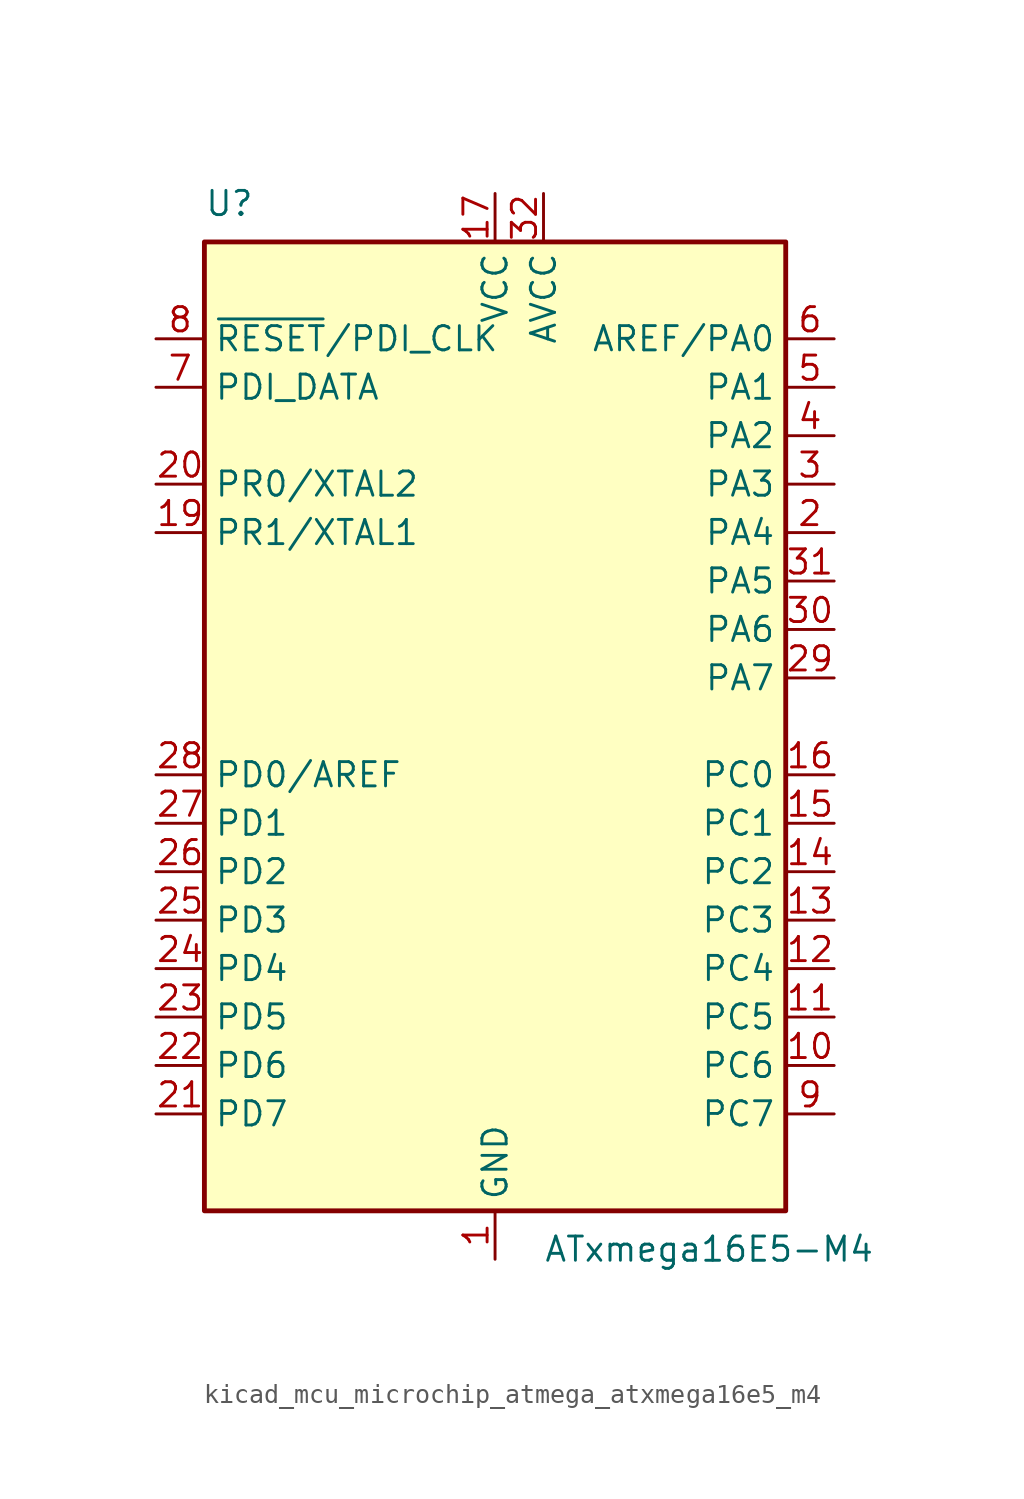
<source format=kicad_sym>
(kicad_symbol_lib
  (version 20220914)
  (generator kicad_symbol_editor)
  (symbol "kicad_mcu_microchip_atmega_atxmega16e5_m4"
    (property "Reference" "U"
      (at -15.24 26.67 0)
      (effects (font (size 1.27 1.27)) (justify left bottom)))
    (property "Value" "ATxmega16E5-M4"
      (at 2.54 -26.67 0)
      (effects (font (size 1.27 1.27)) (justify left top)))
    (symbol "kicad_mcu_microchip_atmega_atxmega16e5_m4_0_1"
      (rectangle (start -15.24 -25.4) (end 15.24 25.4) (stroke (width 0.254) (type default)) (fill (type background))))
    (symbol "kicad_mcu_microchip_atmega_atxmega16e5_m4_1_1"
      (pin power_in line (at 0 -27.94 90) (length 2.54) (name "GND" (effects (font (size 1.27 1.27)))) (number "1" (effects (font (size 1.27 1.27)))))
      (pin bidirectional line (at 17.78 -17.78 180) (length 2.54) (name "PC6" (effects (font (size 1.27 1.27)))) (number "10" (effects (font (size 1.27 1.27)))))
      (pin bidirectional line (at 17.78 -15.24 180) (length 2.54) (name "PC5" (effects (font (size 1.27 1.27)))) (number "11" (effects (font (size 1.27 1.27)))))
      (pin bidirectional line (at 17.78 -12.7 180) (length 2.54) (name "PC4" (effects (font (size 1.27 1.27)))) (number "12" (effects (font (size 1.27 1.27)))))
      (pin bidirectional line (at 17.78 -10.16 180) (length 2.54) (name "PC3" (effects (font (size 1.27 1.27)))) (number "13" (effects (font (size 1.27 1.27)))))
      (pin bidirectional line (at 17.78 -7.62 180) (length 2.54) (name "PC2" (effects (font (size 1.27 1.27)))) (number "14" (effects (font (size 1.27 1.27)))))
      (pin bidirectional line (at 17.78 -5.08 180) (length 2.54) (name "PC1" (effects (font (size 1.27 1.27)))) (number "15" (effects (font (size 1.27 1.27)))))
      (pin bidirectional line (at 17.78 -2.54 180) (length 2.54) (name "PC0" (effects (font (size 1.27 1.27)))) (number "16" (effects (font (size 1.27 1.27)))))
      (pin power_in line (at 0 27.94 270) (length 2.54) (name "VCC" (effects (font (size 1.27 1.27)))) (number "17" (effects (font (size 1.27 1.27)))))
      (pin passive line (at 0 -27.94 90) (length 2.54) hide (name "GND" (effects (font (size 1.27 1.27)))) (number "18" (effects (font (size 1.27 1.27)))))
      (pin bidirectional line (at -17.78 10.16 0) (length 2.54) (name "PR1/XTAL1" (effects (font (size 1.27 1.27)))) (number "19" (effects (font (size 1.27 1.27)))))
      (pin bidirectional line (at 17.78 10.16 180) (length 2.54) (name "PA4" (effects (font (size 1.27 1.27)))) (number "2" (effects (font (size 1.27 1.27)))))
      (pin bidirectional line (at -17.78 12.7 0) (length 2.54) (name "PR0/XTAL2" (effects (font (size 1.27 1.27)))) (number "20" (effects (font (size 1.27 1.27)))))
      (pin bidirectional line (at -17.78 -20.32 0) (length 2.54) (name "PD7" (effects (font (size 1.27 1.27)))) (number "21" (effects (font (size 1.27 1.27)))))
      (pin bidirectional line (at -17.78 -17.78 0) (length 2.54) (name "PD6" (effects (font (size 1.27 1.27)))) (number "22" (effects (font (size 1.27 1.27)))))
      (pin bidirectional line (at -17.78 -15.24 0) (length 2.54) (name "PD5" (effects (font (size 1.27 1.27)))) (number "23" (effects (font (size 1.27 1.27)))))
      (pin bidirectional line (at -17.78 -12.7 0) (length 2.54) (name "PD4" (effects (font (size 1.27 1.27)))) (number "24" (effects (font (size 1.27 1.27)))))
      (pin bidirectional line (at -17.78 -10.16 0) (length 2.54) (name "PD3" (effects (font (size 1.27 1.27)))) (number "25" (effects (font (size 1.27 1.27)))))
      (pin bidirectional line (at -17.78 -7.62 0) (length 2.54) (name "PD2" (effects (font (size 1.27 1.27)))) (number "26" (effects (font (size 1.27 1.27)))))
      (pin bidirectional line (at -17.78 -5.08 0) (length 2.54) (name "PD1" (effects (font (size 1.27 1.27)))) (number "27" (effects (font (size 1.27 1.27)))))
      (pin bidirectional line (at -17.78 -2.54 0) (length 2.54) (name "PD0/AREF" (effects (font (size 1.27 1.27)))) (number "28" (effects (font (size 1.27 1.27)))))
      (pin bidirectional line (at 17.78 2.54 180) (length 2.54) (name "PA7" (effects (font (size 1.27 1.27)))) (number "29" (effects (font (size 1.27 1.27)))))
      (pin bidirectional line (at 17.78 12.7 180) (length 2.54) (name "PA3" (effects (font (size 1.27 1.27)))) (number "3" (effects (font (size 1.27 1.27)))))
      (pin bidirectional line (at 17.78 5.08 180) (length 2.54) (name "PA6" (effects (font (size 1.27 1.27)))) (number "30" (effects (font (size 1.27 1.27)))))
      (pin bidirectional line (at 17.78 7.62 180) (length 2.54) (name "PA5" (effects (font (size 1.27 1.27)))) (number "31" (effects (font (size 1.27 1.27)))))
      (pin power_in line (at 2.54 27.94 270) (length 2.54) (name "AVCC" (effects (font (size 1.27 1.27)))) (number "32" (effects (font (size 1.27 1.27)))))
      (pin passive line (at 0 -27.94 90) (length 2.54) hide (name "GND" (effects (font (size 1.27 1.27)))) (number "33" (effects (font (size 1.27 1.27)))))
      (pin bidirectional line (at 17.78 15.24 180) (length 2.54) (name "PA2" (effects (font (size 1.27 1.27)))) (number "4" (effects (font (size 1.27 1.27)))))
      (pin bidirectional line (at 17.78 17.78 180) (length 2.54) (name "PA1" (effects (font (size 1.27 1.27)))) (number "5" (effects (font (size 1.27 1.27)))))
      (pin bidirectional line (at 17.78 20.32 180) (length 2.54) (name "AREF/PA0" (effects (font (size 1.27 1.27)))) (number "6" (effects (font (size 1.27 1.27)))))
      (pin bidirectional line (at -17.78 17.78 0) (length 2.54) (name "PDI_DATA" (effects (font (size 1.27 1.27)))) (number "7" (effects (font (size 1.27 1.27)))))
      (pin input line (at -17.78 20.32 0) (length 2.54) (name "~{RESET}/PDI_CLK" (effects (font (size 1.27 1.27)))) (number "8" (effects (font (size 1.27 1.27)))))
      (pin bidirectional line (at 17.78 -20.32 180) (length 2.54) (name "PC7" (effects (font (size 1.27 1.27)))) (number "9" (effects (font (size 1.27 1.27))))))))
</source>
